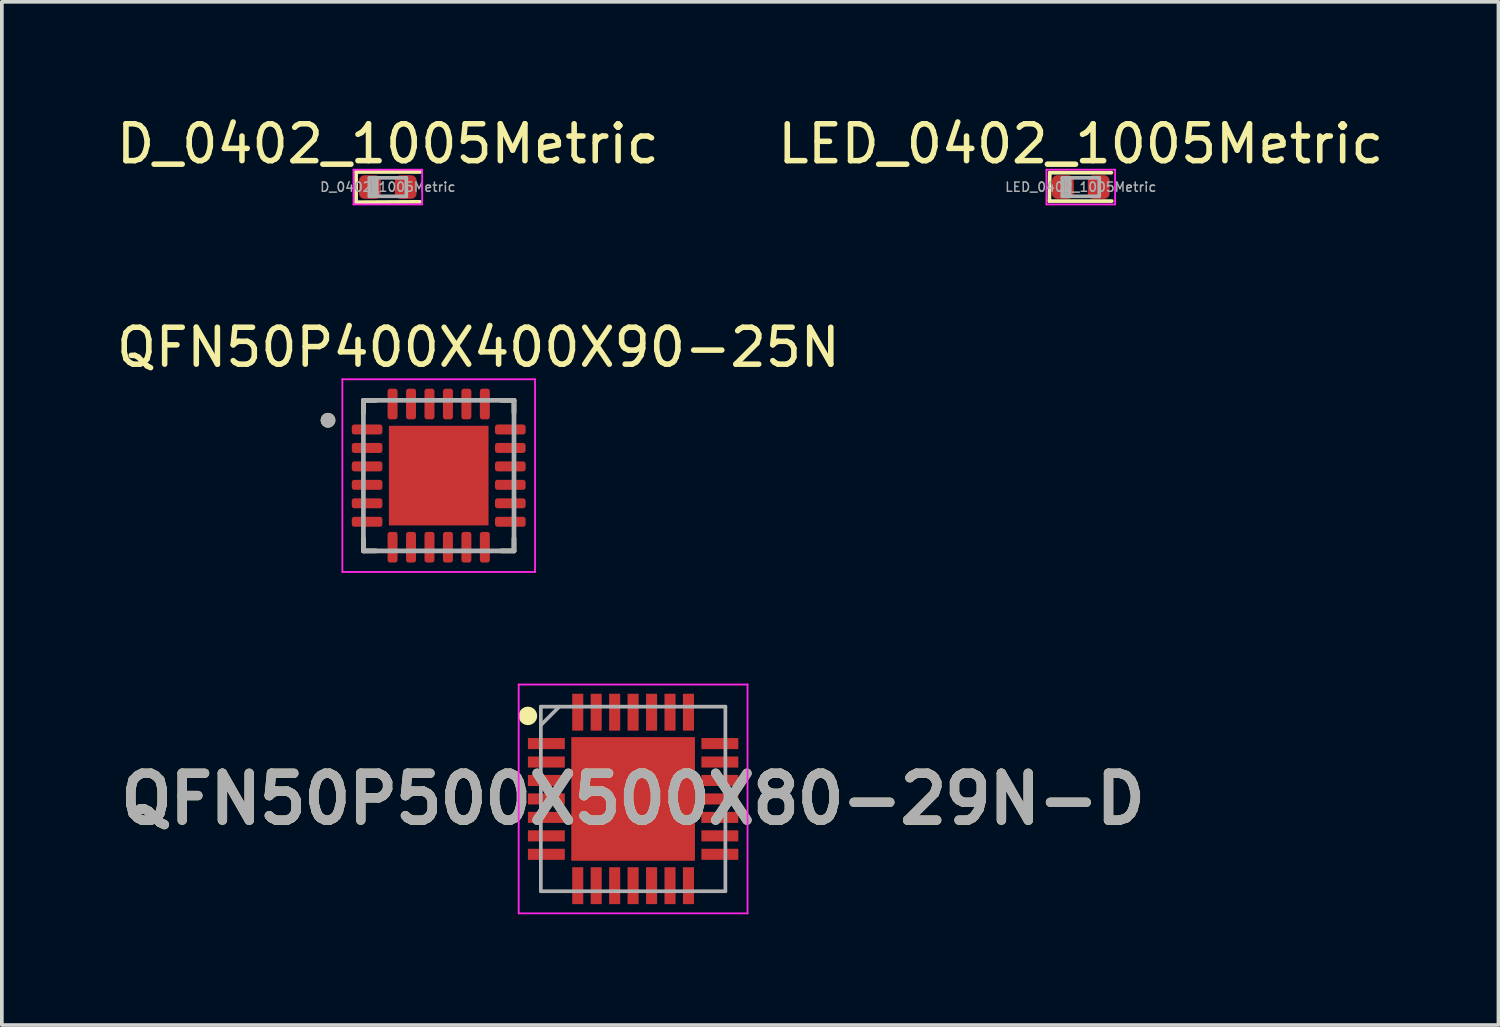
<source format=kicad_pcb>
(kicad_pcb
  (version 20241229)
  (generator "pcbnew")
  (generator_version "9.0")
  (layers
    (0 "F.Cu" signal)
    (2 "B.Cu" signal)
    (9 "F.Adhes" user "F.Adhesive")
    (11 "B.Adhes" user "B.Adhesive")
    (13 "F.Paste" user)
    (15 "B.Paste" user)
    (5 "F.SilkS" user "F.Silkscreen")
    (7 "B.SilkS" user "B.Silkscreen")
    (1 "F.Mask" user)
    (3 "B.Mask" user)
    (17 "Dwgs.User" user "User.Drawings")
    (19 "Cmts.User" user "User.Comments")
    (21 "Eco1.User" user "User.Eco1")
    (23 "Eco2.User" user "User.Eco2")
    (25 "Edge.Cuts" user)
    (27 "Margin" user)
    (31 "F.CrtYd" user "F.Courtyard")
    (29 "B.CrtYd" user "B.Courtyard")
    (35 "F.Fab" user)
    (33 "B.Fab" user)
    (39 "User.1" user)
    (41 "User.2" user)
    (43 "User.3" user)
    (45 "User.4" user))
  (footprint "D_0402_1005Metric"
    (layer "F.Cu")
    (at 7.458 2.018)
    (property "Reference" "D_0402_1005Metric" (at 0 -1.17 0) (layer "F.SilkS") (effects (font (size 1 1) (thickness 0.15))))
    (attr smd)
    (fp_line (start -0.86 -0.41) (end -0.86 0.41) (stroke (width 0.1) (type default)) (layer "F.SilkS"))
    (fp_line (start -0.86 0.41) (end 0.87 0.4) (stroke (width 0.1) (type default)) (layer "F.SilkS"))
    (fp_line (start 0.88 -0.41) (end -0.86 -0.41) (stroke (width 0.1) (type default)) (layer "F.SilkS"))
    (fp_line (start -0.93 -0.47) (end 0.93 -0.47) (stroke (width 0.05) (type solid)) (layer "F.CrtYd"))
    (fp_line (start -0.93 0.47) (end -0.93 -0.47) (stroke (width 0.05) (type solid)) (layer "F.CrtYd"))
    (fp_line (start 0.93 -0.47) (end 0.93 0.47) (stroke (width 0.05) (type solid)) (layer "F.CrtYd"))
    (fp_line (start 0.93 0.47) (end -0.93 0.47) (stroke (width 0.05) (type solid)) (layer "F.CrtYd"))
    (fp_line (start -0.5 -0.25) (end 0.5 -0.25) (stroke (width 0.1) (type solid)) (layer "F.Fab"))
    (fp_line (start -0.5 0.25) (end -0.5 -0.25) (stroke (width 0.1) (type solid)) (layer "F.Fab"))
    (fp_line (start -0.4 0.25) (end -0.4 -0.25) (stroke (width 0.1) (type solid)) (layer "F.Fab"))
    (fp_line (start -0.3 0.25) (end -0.3 -0.25) (stroke (width 0.1) (type solid)) (layer "F.Fab"))
    (fp_line (start 0.5 -0.25) (end 0.5 0.25) (stroke (width 0.1) (type solid)) (layer "F.Fab"))
    (fp_line (start 0.5 0.25) (end -0.5 0.25) (stroke (width 0.1) (type solid)) (layer "F.Fab"))
    (fp_text user "${REFERENCE}" (at 0 0 0) (layer "F.Fab") (effects (font (size 0.25 0.25) (thickness 0.04))))
    (pad "1" smd roundrect (at -0.485 0) (size 0.59 0.64) (layers "F.Cu" "F.Mask" "F.Paste") (roundrect_rratio 0.25))
    (pad "2" smd roundrect (at 0.485 0) (size 0.59 0.64) (layers "F.Cu" "F.Mask" "F.Paste") (roundrect_rratio 0.25)))
  (footprint "LED_0402_1005Metric"
    (layer "F.Cu")
    (at 26.232 2.018)
    (property "Reference" "LED_0402_1005Metric" (at 0 -1.17 0) (layer "F.SilkS") (effects (font (size 1 1) (thickness 0.15))))
    (attr smd)
    (fp_line (start -0.85 0.38) (end 0.84 0.38) (stroke (width 0.1) (type default)) (layer "F.SilkS"))
    (fp_line (start -0.84 -0.39) (end -0.85 0.38) (stroke (width 0.1) (type default)) (layer "F.SilkS"))
    (fp_line (start 0.83 -0.39) (end -0.84 -0.39) (stroke (width 0.1) (type default)) (layer "F.SilkS"))
    (fp_line (start -0.93 -0.47) (end 0.93 -0.47) (stroke (width 0.05) (type solid)) (layer "F.CrtYd"))
    (fp_line (start -0.93 0.47) (end -0.93 -0.47) (stroke (width 0.05) (type solid)) (layer "F.CrtYd"))
    (fp_line (start 0.93 -0.47) (end 0.93 0.47) (stroke (width 0.05) (type solid)) (layer "F.CrtYd"))
    (fp_line (start 0.93 0.47) (end -0.93 0.47) (stroke (width 0.05) (type solid)) (layer "F.CrtYd"))
    (fp_line (start -0.5 -0.25) (end 0.5 -0.25) (stroke (width 0.1) (type solid)) (layer "F.Fab"))
    (fp_line (start -0.5 0.25) (end -0.5 -0.25) (stroke (width 0.1) (type solid)) (layer "F.Fab"))
    (fp_line (start -0.4 0.25) (end -0.4 -0.25) (stroke (width 0.1) (type solid)) (layer "F.Fab"))
    (fp_line (start -0.3 0.25) (end -0.3 -0.25) (stroke (width 0.1) (type solid)) (layer "F.Fab"))
    (fp_line (start 0.5 -0.25) (end 0.5 0.25) (stroke (width 0.1) (type solid)) (layer "F.Fab"))
    (fp_line (start 0.5 0.25) (end -0.5 0.25) (stroke (width 0.1) (type solid)) (layer "F.Fab"))
    (fp_text user "${REFERENCE}" (at 0 0 0) (layer "F.Fab") (effects (font (size 0.25 0.25) (thickness 0.04))))
    (pad "1" smd roundrect (at -0.485 0) (size 0.59 0.64) (layers "F.Cu" "F.Mask" "F.Paste") (roundrect_rratio 0.25))
    (pad "2" smd roundrect (at 0.485 0) (size 0.59 0.64) (layers "F.Cu" "F.Mask" "F.Paste") (roundrect_rratio 0.25)))
  (footprint "QFN50P400X400X90-25N"
    (layer "F.Cu")
    (at 8.836 9.836)
    (property "Reference" "QFN50P400X400X90-25N" (at 1.075 -3.475 0) (layer "F.SilkS") (effects (font (size 1 1) (thickness 0.15))))
    (attr smd)
    (fp_line (start -2.04 -2.04) (end -1.7 -2.04) (stroke (width 0.127) (type solid)) (layer "F.SilkS"))
    (fp_line (start -2.04 -1.7) (end -2.04 -2.04) (stroke (width 0.127) (type solid)) (layer "F.SilkS"))
    (fp_line (start -2.04 2.04) (end -2.04 1.7) (stroke (width 0.127) (type solid)) (layer "F.SilkS"))
    (fp_line (start -1.7 2.04) (end -2.04 2.04) (stroke (width 0.127) (type solid)) (layer "F.SilkS"))
    (fp_line (start 1.7 -2.04) (end 2.04 -2.04) (stroke (width 0.127) (type solid)) (layer "F.SilkS"))
    (fp_line (start 2.04 -2.04) (end 2.04 -1.7) (stroke (width 0.127) (type solid)) (layer "F.SilkS"))
    (fp_line (start 2.04 1.7) (end 2.04 2.04) (stroke (width 0.127) (type solid)) (layer "F.SilkS"))
    (fp_line (start 2.04 2.04) (end 1.7 2.04) (stroke (width 0.127) (type solid)) (layer "F.SilkS"))
    (fp_circle (center -3 -1.5) (end -2.9 -1.5) (stroke (width 0.2) (type solid)) (fill no) (layer "F.SilkS"))
    (fp_poly (pts (xy -1.09 -1.09) (xy -0.13 -1.09) (xy -0.13 -0.13) (xy -1.09 -0.13)) (stroke (width 0.01) (type solid)) (fill yes) (layer "F.Paste"))
    (fp_poly (pts (xy -1.09 0.13) (xy -0.13 0.13) (xy -0.13 1.09) (xy -1.09 1.09)) (stroke (width 0.01) (type solid)) (fill yes) (layer "F.Paste"))
    (fp_poly (pts (xy 0.13 -1.09) (xy 1.09 -1.09) (xy 1.09 -0.13) (xy 0.13 -0.13)) (stroke (width 0.01) (type solid)) (fill yes) (layer "F.Paste"))
    (fp_poly (pts (xy 0.13 0.13) (xy 1.09 0.13) (xy 1.09 1.09) (xy 0.13 1.09)) (stroke (width 0.01) (type solid)) (fill yes) (layer "F.Paste"))
    (fp_line (start -2.61 -2.61) (end 2.61 -2.61) (stroke (width 0.05) (type solid)) (layer "F.CrtYd"))
    (fp_line (start -2.61 2.61) (end -2.61 -2.61) (stroke (width 0.05) (type solid)) (layer "F.CrtYd"))
    (fp_line (start 2.61 -2.61) (end 2.61 2.61) (stroke (width 0.05) (type solid)) (layer "F.CrtYd"))
    (fp_line (start 2.61 2.61) (end -2.61 2.61) (stroke (width 0.05) (type solid)) (layer "F.CrtYd"))
    (fp_line (start -2.04 -2.04) (end 2.04 -2.04) (stroke (width 0.127) (type solid)) (layer "F.Fab"))
    (fp_line (start -2.04 2.04) (end -2.04 -2.04) (stroke (width 0.127) (type solid)) (layer "F.Fab"))
    (fp_line (start 2.04 -2.04) (end 2.04 2.04) (stroke (width 0.127) (type solid)) (layer "F.Fab"))
    (fp_line (start 2.04 2.04) (end -2.04 2.04) (stroke (width 0.127) (type solid)) (layer "F.Fab"))
    (fp_circle (center -3 -1.5) (end -2.9 -1.5) (stroke (width 0.2) (type solid)) (fill no) (layer "F.Fab"))
    (pad "1" smd roundrect (at -1.94 -1.25) (size 0.83 0.27) (layers "F.Cu" "F.Mask" "F.Paste") (roundrect_rratio 0.25))
    (pad "2" smd roundrect (at -1.94 -0.75) (size 0.83 0.27) (layers "F.Cu" "F.Mask" "F.Paste") (roundrect_rratio 0.25))
    (pad "3" smd roundrect (at -1.94 -0.25) (size 0.83 0.27) (layers "F.Cu" "F.Mask" "F.Paste") (roundrect_rratio 0.25))
    (pad "4" smd roundrect (at -1.94 0.25) (size 0.83 0.27) (layers "F.Cu" "F.Mask" "F.Paste") (roundrect_rratio 0.25))
    (pad "5" smd roundrect (at -1.94 0.75) (size 0.83 0.27) (layers "F.Cu" "F.Mask" "F.Paste") (roundrect_rratio 0.25))
    (pad "6" smd roundrect (at -1.94 1.25) (size 0.83 0.27) (layers "F.Cu" "F.Mask" "F.Paste") (roundrect_rratio 0.25))
    (pad "7" smd roundrect (at -1.25 1.94 90) (size 0.83 0.27) (layers "F.Cu" "F.Mask" "F.Paste") (roundrect_rratio 0.25))
    (pad "8" smd roundrect (at -0.75 1.94 90) (size 0.83 0.27) (layers "F.Cu" "F.Mask" "F.Paste") (roundrect_rratio 0.25))
    (pad "9" smd roundrect (at -0.25 1.94 90) (size 0.83 0.27) (layers "F.Cu" "F.Mask" "F.Paste") (roundrect_rratio 0.25))
    (pad "10" smd roundrect (at 0.25 1.94 90) (size 0.83 0.27) (layers "F.Cu" "F.Mask" "F.Paste") (roundrect_rratio 0.25))
    (pad "11" smd roundrect (at 0.75 1.94 90) (size 0.83 0.27) (layers "F.Cu" "F.Mask" "F.Paste") (roundrect_rratio 0.25))
    (pad "12" smd roundrect (at 1.25 1.94 90) (size 0.83 0.27) (layers "F.Cu" "F.Mask" "F.Paste") (roundrect_rratio 0.25))
    (pad "13" smd roundrect (at 1.94 1.25 180) (size 0.83 0.27) (layers "F.Cu" "F.Mask" "F.Paste") (roundrect_rratio 0.25))
    (pad "14" smd roundrect (at 1.94 0.75 180) (size 0.83 0.27) (layers "F.Cu" "F.Mask" "F.Paste") (roundrect_rratio 0.25))
    (pad "15" smd roundrect (at 1.94 0.25 180) (size 0.83 0.27) (layers "F.Cu" "F.Mask" "F.Paste") (roundrect_rratio 0.25))
    (pad "16" smd roundrect (at 1.94 -0.25 180) (size 0.83 0.27) (layers "F.Cu" "F.Mask" "F.Paste") (roundrect_rratio 0.25))
    (pad "17" smd roundrect (at 1.94 -0.75 180) (size 0.83 0.27) (layers "F.Cu" "F.Mask" "F.Paste") (roundrect_rratio 0.25))
    (pad "18" smd roundrect (at 1.94 -1.25 180) (size 0.83 0.27) (layers "F.Cu" "F.Mask" "F.Paste") (roundrect_rratio 0.25))
    (pad "19" smd roundrect (at 1.25 -1.94 270) (size 0.83 0.27) (layers "F.Cu" "F.Mask" "F.Paste") (roundrect_rratio 0.25))
    (pad "20" smd roundrect (at 0.75 -1.94 270) (size 0.83 0.27) (layers "F.Cu" "F.Mask" "F.Paste") (roundrect_rratio 0.25))
    (pad "21" smd roundrect (at 0.25 -1.94 270) (size 0.83 0.27) (layers "F.Cu" "F.Mask" "F.Paste") (roundrect_rratio 0.25))
    (pad "22" smd roundrect (at -0.25 -1.94 270) (size 0.83 0.27) (layers "F.Cu" "F.Mask" "F.Paste") (roundrect_rratio 0.25))
    (pad "23" smd roundrect (at -0.75 -1.94 270) (size 0.83 0.27) (layers "F.Cu" "F.Mask" "F.Paste") (roundrect_rratio 0.25))
    (pad "24" smd roundrect (at -1.25 -1.94 270) (size 0.83 0.27) (layers "F.Cu" "F.Mask" "F.Paste") (roundrect_rratio 0.25))
    (pad "25" smd rect (at 0 0) (size 2.7 2.7) (layers "F.Cu" "F.Mask")))
  (footprint "QFN50P500X500X80-29N-D"
    (layer "F.Cu")
    (at 14.103 18.596)
    (property "Reference" "QFN50P500X500X80-29N-D" (at 0 0 0) (layer "F.SilkS") (effects (font (size 1.27 1.27) (thickness 0.254))))
    (attr smd)
    (fp_circle (center -2.85 -2.25) (end -2.85 -2.125) (stroke (width 0.25) (type solid)) (fill no) (layer "F.SilkS"))
    (fp_line (start -3.1 -3.1) (end 3.1 -3.1) (stroke (width 0.05) (type solid)) (layer "F.CrtYd"))
    (fp_line (start -3.1 3.1) (end -3.1 -3.1) (stroke (width 0.05) (type solid)) (layer "F.CrtYd"))
    (fp_line (start 3.1 -3.1) (end 3.1 3.1) (stroke (width 0.05) (type solid)) (layer "F.CrtYd"))
    (fp_line (start 3.1 3.1) (end -3.1 3.1) (stroke (width 0.05) (type solid)) (layer "F.CrtYd"))
    (fp_line (start -2.5 -2.5) (end 2.5 -2.5) (stroke (width 0.1) (type solid)) (layer "F.Fab"))
    (fp_line (start -2.5 -2) (end -2 -2.5) (stroke (width 0.1) (type solid)) (layer "F.Fab"))
    (fp_line (start -2.5 2.5) (end -2.5 -2.5) (stroke (width 0.1) (type solid)) (layer "F.Fab"))
    (fp_line (start 2.5 -2.5) (end 2.5 2.5) (stroke (width 0.1) (type solid)) (layer "F.Fab"))
    (fp_line (start 2.5 2.5) (end -2.5 2.5) (stroke (width 0.1) (type solid)) (layer "F.Fab"))
    (fp_text user "${REFERENCE}" (at 0 0 0) (layer "F.Fab") (effects (font (size 1.27 1.27) (thickness 0.254))))
    (pad "1" smd rect (at -2.35 -1.5 90) (size 0.3 1) (layers "F.Cu" "F.Mask" "F.Paste"))
    (pad "2" smd rect (at -2.35 -1 90) (size 0.3 1) (layers "F.Cu" "F.Mask" "F.Paste"))
    (pad "3" smd rect (at -2.35 -0.5 90) (size 0.3 1) (layers "F.Cu" "F.Mask" "F.Paste"))
    (pad "4" smd rect (at -2.35 0 90) (size 0.3 1) (layers "F.Cu" "F.Mask" "F.Paste"))
    (pad "5" smd rect (at -2.35 0.5 90) (size 0.3 1) (layers "F.Cu" "F.Mask" "F.Paste"))
    (pad "6" smd rect (at -2.35 1 90) (size 0.3 1) (layers "F.Cu" "F.Mask" "F.Paste"))
    (pad "7" smd rect (at -2.35 1.5 90) (size 0.3 1) (layers "F.Cu" "F.Mask" "F.Paste"))
    (pad "8" smd rect (at -1.5 2.35) (size 0.3 1) (layers "F.Cu" "F.Mask" "F.Paste"))
    (pad "9" smd rect (at -1 2.35) (size 0.3 1) (layers "F.Cu" "F.Mask" "F.Paste"))
    (pad "10" smd rect (at -0.5 2.35) (size 0.3 1) (layers "F.Cu" "F.Mask" "F.Paste"))
    (pad "11" smd rect (at 0 2.35) (size 0.3 1) (layers "F.Cu" "F.Mask" "F.Paste"))
    (pad "12" smd rect (at 0.5 2.35) (size 0.3 1) (layers "F.Cu" "F.Mask" "F.Paste"))
    (pad "13" smd rect (at 1 2.35) (size 0.3 1) (layers "F.Cu" "F.Mask" "F.Paste"))
    (pad "14" smd rect (at 1.5 2.35) (size 0.3 1) (layers "F.Cu" "F.Mask" "F.Paste"))
    (pad "15" smd rect (at 2.35 1.5 90) (size 0.3 1) (layers "F.Cu" "F.Mask" "F.Paste"))
    (pad "16" smd rect (at 2.35 1 90) (size 0.3 1) (layers "F.Cu" "F.Mask" "F.Paste"))
    (pad "17" smd rect (at 2.35 0.5 90) (size 0.3 1) (layers "F.Cu" "F.Mask" "F.Paste"))
    (pad "18" smd rect (at 2.35 0 90) (size 0.3 1) (layers "F.Cu" "F.Mask" "F.Paste"))
    (pad "19" smd rect (at 2.35 -0.5 90) (size 0.3 1) (layers "F.Cu" "F.Mask" "F.Paste"))
    (pad "20" smd rect (at 2.35 -1 90) (size 0.3 1) (layers "F.Cu" "F.Mask" "F.Paste"))
    (pad "21" smd rect (at 2.35 -1.5 90) (size 0.3 1) (layers "F.Cu" "F.Mask" "F.Paste"))
    (pad "22" smd rect (at 1.5 -2.35) (size 0.3 1) (layers "F.Cu" "F.Mask" "F.Paste"))
    (pad "23" smd rect (at 1 -2.35) (size 0.3 1) (layers "F.Cu" "F.Mask" "F.Paste"))
    (pad "24" smd rect (at 0.5 -2.35) (size 0.3 1) (layers "F.Cu" "F.Mask" "F.Paste"))
    (pad "25" smd rect (at 0 -2.35) (size 0.3 1) (layers "F.Cu" "F.Mask" "F.Paste"))
    (pad "26" smd rect (at -0.5 -2.35) (size 0.3 1) (layers "F.Cu" "F.Mask" "F.Paste"))
    (pad "27" smd rect (at -1 -2.35) (size 0.3 1) (layers "F.Cu" "F.Mask" "F.Paste"))
    (pad "28" smd rect (at -1.5 -2.35) (size 0.3 1) (layers "F.Cu" "F.Mask" "F.Paste"))
    (pad "29" smd rect (at 0 0) (size 3.35 3.35) (layers "F.Cu" "F.Mask" "F.Paste")))
  (gr_rect
    (start -3 -3)
    (end 37.548 24.721)
    (stroke (width 0.1) (type default))
    (fill no)
    (layer "Edge.Cuts")))
</source>
